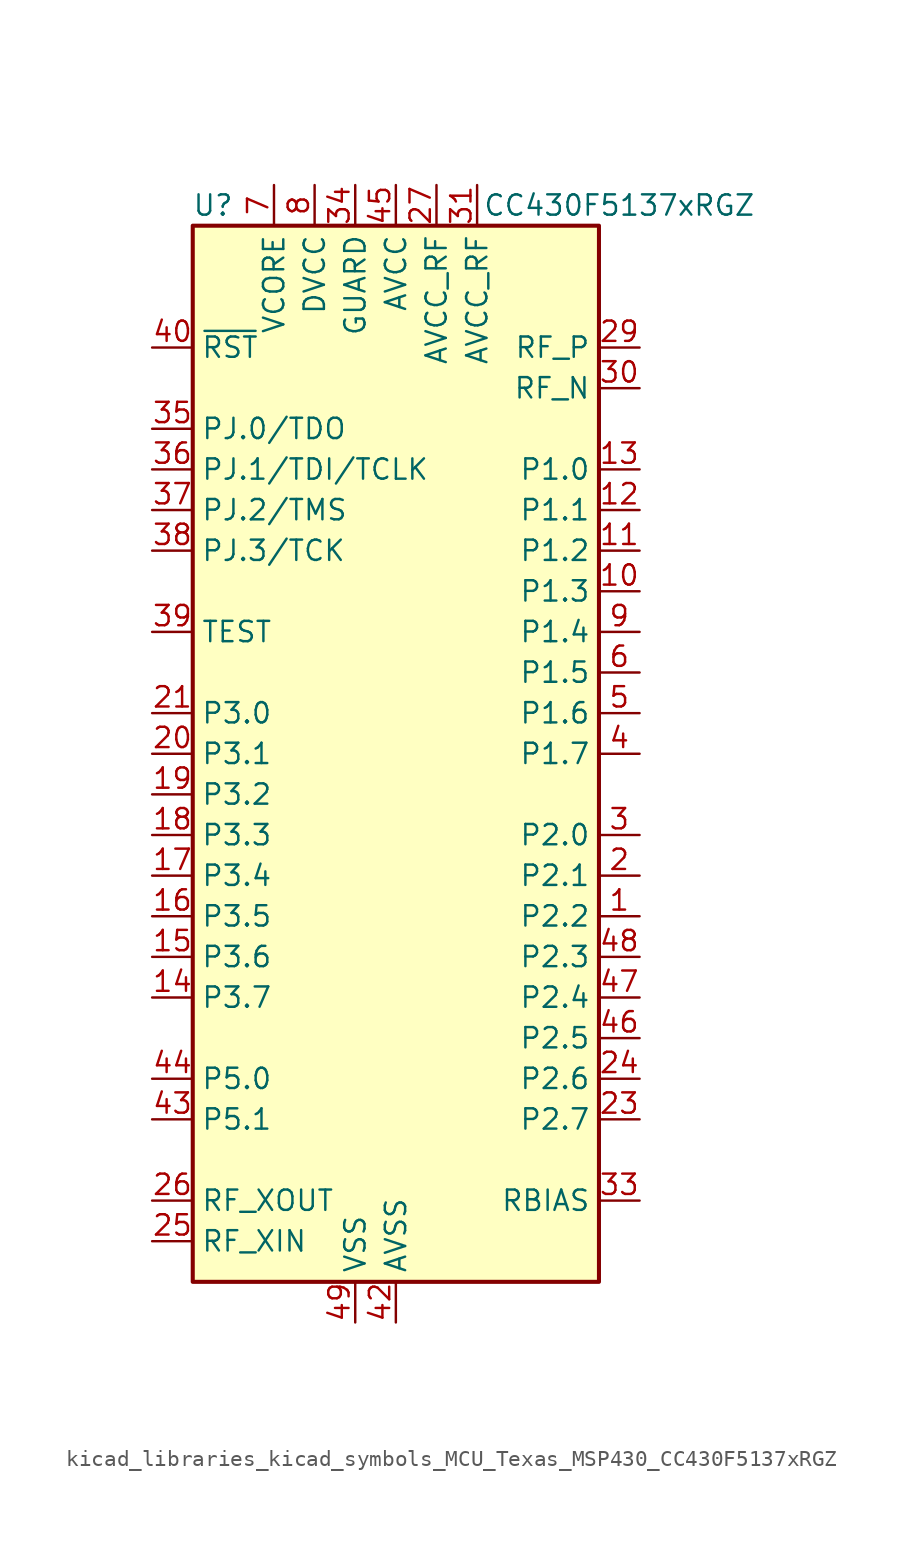
<source format=kicad_sym>
(kicad_symbol_lib
  (version 20220914)
  (generator kicad_symbol_editor)
  (symbol "kicad_libraries_kicad_symbols_MCU_Texas_MSP430_CC430F5137xRGZ"
    (property "Reference" "U"
      (at -11.43 34.29 0)
      (effects (font (size 1.27 1.27))))
    (property "Value" "CC430F5137xRGZ"
      (at 13.97 34.29 0)
      (effects (font (size 1.27 1.27))))
    (symbol "kicad_libraries_kicad_symbols_MCU_Texas_MSP430_CC430F5137xRGZ_0_1"
      (rectangle (start -12.7 33.02) (end 12.7 -33.02) (stroke (width 0.254) (type default)) (fill (type background))))
    (symbol "kicad_libraries_kicad_symbols_MCU_Texas_MSP430_CC430F5137xRGZ_1_1"
      (pin bidirectional line (at 15.24 -10.16 180) (length 2.54) (name "P2.2" (effects (font (size 1.27 1.27)))) (number "1" (effects (font (size 1.27 1.27)))))
      (pin bidirectional line (at 15.24 10.16 180) (length 2.54) (name "P1.3" (effects (font (size 1.27 1.27)))) (number "10" (effects (font (size 1.27 1.27)))))
      (pin bidirectional line (at 15.24 12.7 180) (length 2.54) (name "P1.2" (effects (font (size 1.27 1.27)))) (number "11" (effects (font (size 1.27 1.27)))))
      (pin bidirectional line (at 15.24 15.24 180) (length 2.54) (name "P1.1" (effects (font (size 1.27 1.27)))) (number "12" (effects (font (size 1.27 1.27)))))
      (pin bidirectional line (at 15.24 17.78 180) (length 2.54) (name "P1.0" (effects (font (size 1.27 1.27)))) (number "13" (effects (font (size 1.27 1.27)))))
      (pin bidirectional line (at -15.24 -15.24 0) (length 2.54) (name "P3.7" (effects (font (size 1.27 1.27)))) (number "14" (effects (font (size 1.27 1.27)))))
      (pin bidirectional line (at -15.24 -12.7 0) (length 2.54) (name "P3.6" (effects (font (size 1.27 1.27)))) (number "15" (effects (font (size 1.27 1.27)))))
      (pin bidirectional line (at -15.24 -10.16 0) (length 2.54) (name "P3.5" (effects (font (size 1.27 1.27)))) (number "16" (effects (font (size 1.27 1.27)))))
      (pin bidirectional line (at -15.24 -7.62 0) (length 2.54) (name "P3.4" (effects (font (size 1.27 1.27)))) (number "17" (effects (font (size 1.27 1.27)))))
      (pin bidirectional line (at -15.24 -5.08 0) (length 2.54) (name "P3.3" (effects (font (size 1.27 1.27)))) (number "18" (effects (font (size 1.27 1.27)))))
      (pin bidirectional line (at -15.24 -2.54 0) (length 2.54) (name "P3.2" (effects (font (size 1.27 1.27)))) (number "19" (effects (font (size 1.27 1.27)))))
      (pin bidirectional line (at 15.24 -7.62 180) (length 2.54) (name "P2.1" (effects (font (size 1.27 1.27)))) (number "2" (effects (font (size 1.27 1.27)))))
      (pin bidirectional line (at -15.24 0 0) (length 2.54) (name "P3.1" (effects (font (size 1.27 1.27)))) (number "20" (effects (font (size 1.27 1.27)))))
      (pin bidirectional line (at -15.24 2.54 0) (length 2.54) (name "P3.0" (effects (font (size 1.27 1.27)))) (number "21" (effects (font (size 1.27 1.27)))))
      (pin passive line (at -5.08 35.56 270) (length 2.54) hide (name "DVCC" (effects (font (size 1.27 1.27)))) (number "22" (effects (font (size 1.27 1.27)))))
      (pin bidirectional line (at 15.24 -22.86 180) (length 2.54) (name "P2.7" (effects (font (size 1.27 1.27)))) (number "23" (effects (font (size 1.27 1.27)))))
      (pin bidirectional line (at 15.24 -20.32 180) (length 2.54) (name "P2.6" (effects (font (size 1.27 1.27)))) (number "24" (effects (font (size 1.27 1.27)))))
      (pin input line (at -15.24 -30.48 0) (length 2.54) (name "RF_XIN" (effects (font (size 1.27 1.27)))) (number "25" (effects (font (size 1.27 1.27)))))
      (pin output line (at -15.24 -27.94 0) (length 2.54) (name "RF_XOUT" (effects (font (size 1.27 1.27)))) (number "26" (effects (font (size 1.27 1.27)))))
      (pin power_in line (at 2.54 35.56 270) (length 2.54) (name "AVCC_RF" (effects (font (size 1.27 1.27)))) (number "27" (effects (font (size 1.27 1.27)))))
      (pin passive line (at 2.54 35.56 270) (length 2.54) hide (name "AVCC_RF" (effects (font (size 1.27 1.27)))) (number "28" (effects (font (size 1.27 1.27)))))
      (pin passive line (at 15.24 25.4 180) (length 2.54) (name "RF_P" (effects (font (size 1.27 1.27)))) (number "29" (effects (font (size 1.27 1.27)))))
      (pin bidirectional line (at 15.24 -5.08 180) (length 2.54) (name "P2.0" (effects (font (size 1.27 1.27)))) (number "3" (effects (font (size 1.27 1.27)))))
      (pin passive line (at 15.24 22.86 180) (length 2.54) (name "RF_N" (effects (font (size 1.27 1.27)))) (number "30" (effects (font (size 1.27 1.27)))))
      (pin power_in line (at 5.08 35.56 270) (length 2.54) (name "AVCC_RF" (effects (font (size 1.27 1.27)))) (number "31" (effects (font (size 1.27 1.27)))))
      (pin passive line (at 5.08 35.56 270) (length 2.54) hide (name "AVCC_RF" (effects (font (size 1.27 1.27)))) (number "32" (effects (font (size 1.27 1.27)))))
      (pin passive line (at 15.24 -27.94 180) (length 2.54) (name "RBIAS" (effects (font (size 1.27 1.27)))) (number "33" (effects (font (size 1.27 1.27)))))
      (pin power_in line (at -2.54 35.56 270) (length 2.54) (name "GUARD" (effects (font (size 1.27 1.27)))) (number "34" (effects (font (size 1.27 1.27)))))
      (pin bidirectional line (at -15.24 20.32 0) (length 2.54) (name "PJ.0/TDO" (effects (font (size 1.27 1.27)))) (number "35" (effects (font (size 1.27 1.27)))))
      (pin bidirectional line (at -15.24 17.78 0) (length 2.54) (name "PJ.1/TDI/TCLK" (effects (font (size 1.27 1.27)))) (number "36" (effects (font (size 1.27 1.27)))))
      (pin bidirectional line (at -15.24 15.24 0) (length 2.54) (name "PJ.2/TMS" (effects (font (size 1.27 1.27)))) (number "37" (effects (font (size 1.27 1.27)))))
      (pin bidirectional line (at -15.24 12.7 0) (length 2.54) (name "PJ.3/TCK" (effects (font (size 1.27 1.27)))) (number "38" (effects (font (size 1.27 1.27)))))
      (pin bidirectional line (at -15.24 7.62 0) (length 2.54) (name "TEST" (effects (font (size 1.27 1.27)))) (number "39" (effects (font (size 1.27 1.27)))))
      (pin bidirectional line (at 15.24 0 180) (length 2.54) (name "P1.7" (effects (font (size 1.27 1.27)))) (number "4" (effects (font (size 1.27 1.27)))))
      (pin input line (at -15.24 25.4 0) (length 2.54) (name "~{RST}" (effects (font (size 1.27 1.27)))) (number "40" (effects (font (size 1.27 1.27)))))
      (pin passive line (at -5.08 35.56 270) (length 2.54) hide (name "DVCC" (effects (font (size 1.27 1.27)))) (number "41" (effects (font (size 1.27 1.27)))))
      (pin power_in line (at 0 -35.56 90) (length 2.54) (name "AVSS" (effects (font (size 1.27 1.27)))) (number "42" (effects (font (size 1.27 1.27)))))
      (pin bidirectional line (at -15.24 -22.86 0) (length 2.54) (name "P5.1" (effects (font (size 1.27 1.27)))) (number "43" (effects (font (size 1.27 1.27)))))
      (pin bidirectional line (at -15.24 -20.32 0) (length 2.54) (name "P5.0" (effects (font (size 1.27 1.27)))) (number "44" (effects (font (size 1.27 1.27)))))
      (pin power_in line (at 0 35.56 270) (length 2.54) (name "AVCC" (effects (font (size 1.27 1.27)))) (number "45" (effects (font (size 1.27 1.27)))))
      (pin bidirectional line (at 15.24 -17.78 180) (length 2.54) (name "P2.5" (effects (font (size 1.27 1.27)))) (number "46" (effects (font (size 1.27 1.27)))))
      (pin bidirectional line (at 15.24 -15.24 180) (length 2.54) (name "P2.4" (effects (font (size 1.27 1.27)))) (number "47" (effects (font (size 1.27 1.27)))))
      (pin bidirectional line (at 15.24 -12.7 180) (length 2.54) (name "P2.3" (effects (font (size 1.27 1.27)))) (number "48" (effects (font (size 1.27 1.27)))))
      (pin power_in line (at -2.54 -35.56 90) (length 2.54) (name "VSS" (effects (font (size 1.27 1.27)))) (number "49" (effects (font (size 1.27 1.27)))))
      (pin bidirectional line (at 15.24 2.54 180) (length 2.54) (name "P1.6" (effects (font (size 1.27 1.27)))) (number "5" (effects (font (size 1.27 1.27)))))
      (pin bidirectional line (at 15.24 5.08 180) (length 2.54) (name "P1.5" (effects (font (size 1.27 1.27)))) (number "6" (effects (font (size 1.27 1.27)))))
      (pin power_in line (at -7.62 35.56 270) (length 2.54) (name "VCORE" (effects (font (size 1.27 1.27)))) (number "7" (effects (font (size 1.27 1.27)))))
      (pin power_in line (at -5.08 35.56 270) (length 2.54) (name "DVCC" (effects (font (size 1.27 1.27)))) (number "8" (effects (font (size 1.27 1.27)))))
      (pin bidirectional line (at 15.24 7.62 180) (length 2.54) (name "P1.4" (effects (font (size 1.27 1.27)))) (number "9" (effects (font (size 1.27 1.27))))))))
</source>
